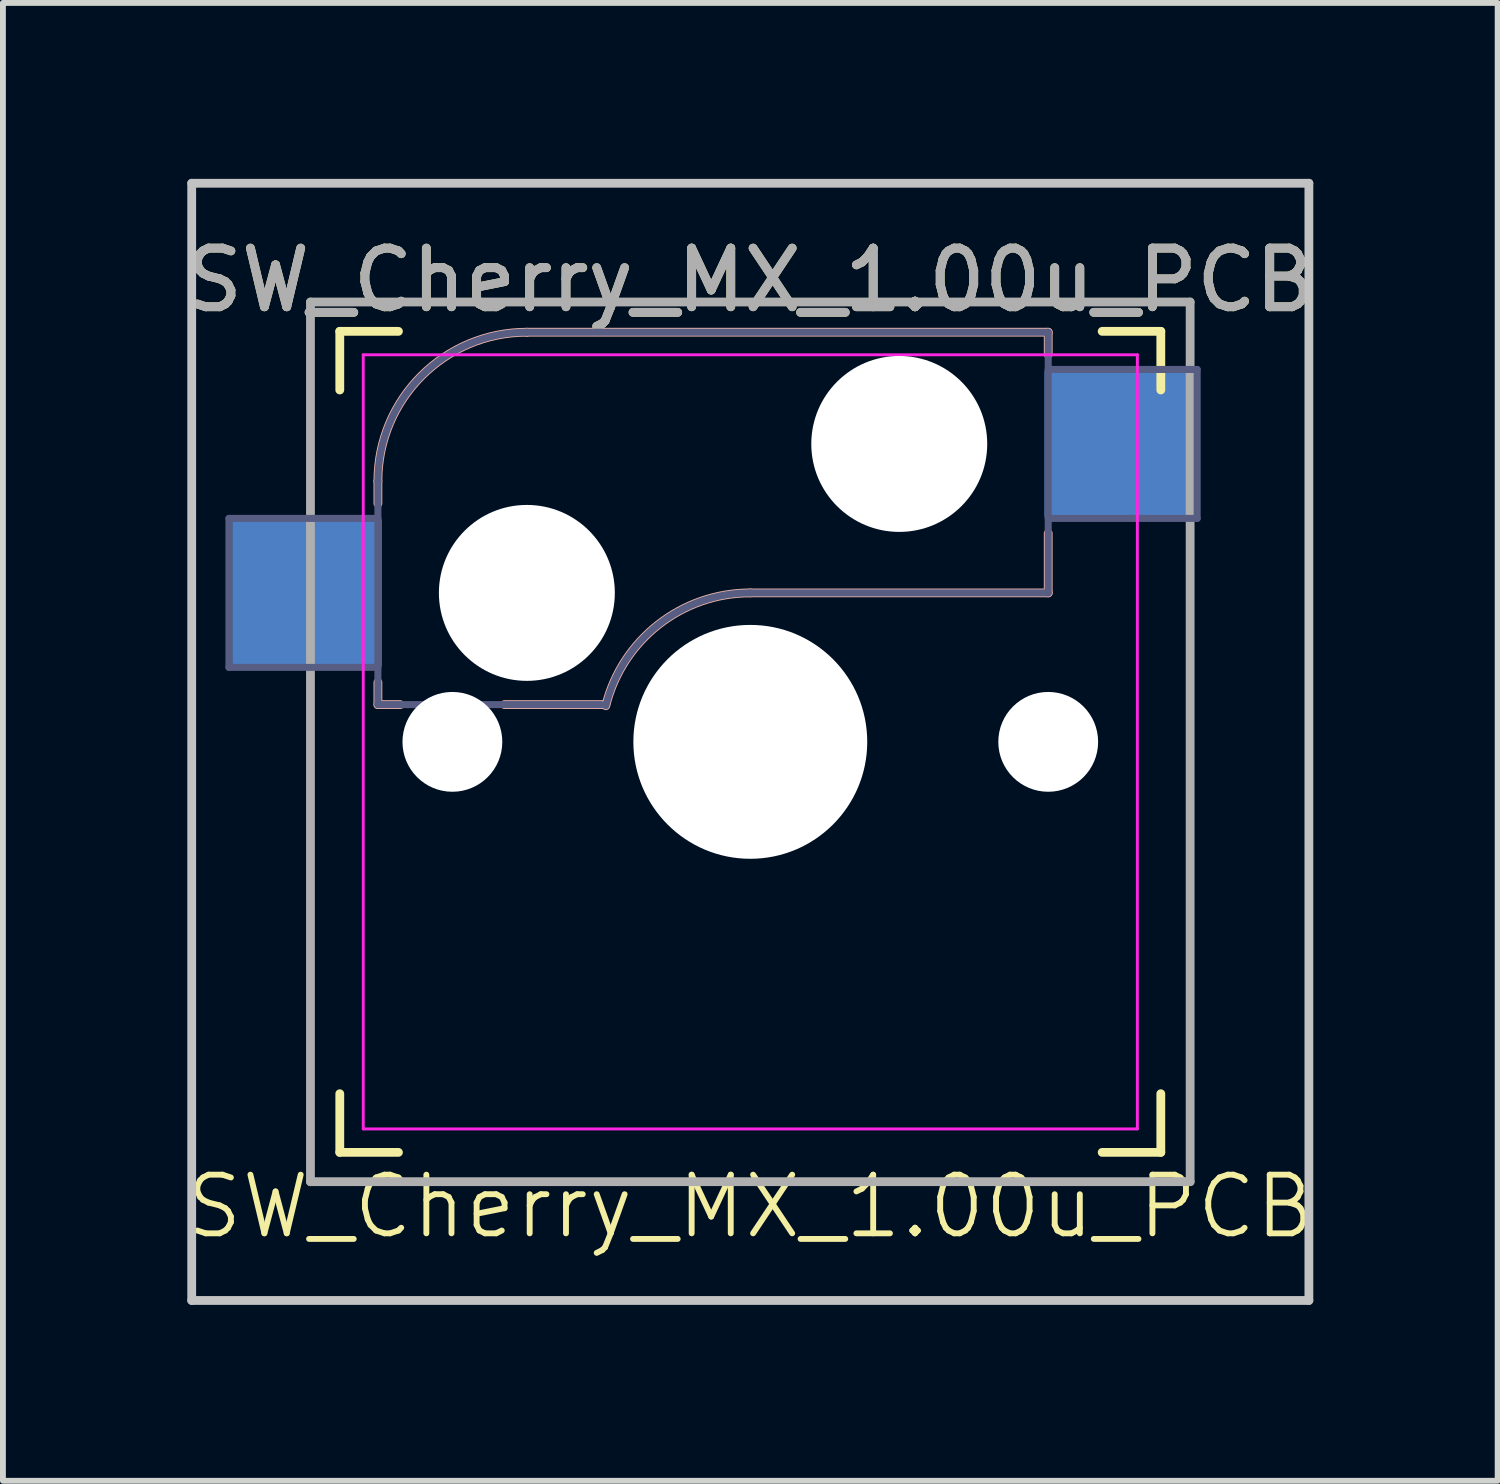
<source format=kicad_pcb>
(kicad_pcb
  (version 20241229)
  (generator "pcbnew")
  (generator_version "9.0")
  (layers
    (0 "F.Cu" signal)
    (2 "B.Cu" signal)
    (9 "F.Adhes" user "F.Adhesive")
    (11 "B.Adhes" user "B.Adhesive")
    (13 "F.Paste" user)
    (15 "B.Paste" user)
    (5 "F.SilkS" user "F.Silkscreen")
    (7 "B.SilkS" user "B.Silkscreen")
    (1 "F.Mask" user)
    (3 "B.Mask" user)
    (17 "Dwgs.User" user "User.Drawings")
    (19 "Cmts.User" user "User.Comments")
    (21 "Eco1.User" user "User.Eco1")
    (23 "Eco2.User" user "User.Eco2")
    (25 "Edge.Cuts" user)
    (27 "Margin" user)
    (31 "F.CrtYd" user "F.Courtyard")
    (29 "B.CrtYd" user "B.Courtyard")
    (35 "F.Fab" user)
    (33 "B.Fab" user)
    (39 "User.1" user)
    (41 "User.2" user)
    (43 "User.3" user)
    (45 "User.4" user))
  (footprint "SW_Cherry_MX_1.00u_PCB"
    (layer "F.Cu")
    (at 9.744 9.6)
    (property "Reference" "SW_Cherry_MX_1.00u_PCB" (at 0 -7.874 0) (layer "F.SilkS") (effects (font (size 1 1) (thickness 0.15))))
    (property "Value" "SW_Cherry_MX_1.00u_PCB" (at 0 7.874 0) (layer "F.Fab") (hide yes) (effects (font (size 1 1) (thickness 0.15))))
    (attr through_hole)
    (fp_line (start -7 -6) (end -7 -7) (stroke (width 0.15) (type solid)) (layer "F.SilkS"))
    (fp_line (start -7 7) (end -7 6) (stroke (width 0.15) (type solid)) (layer "F.SilkS"))
    (fp_line (start -7 7) (end -6 7) (stroke (width 0.15) (type solid)) (layer "F.SilkS"))
    (fp_line (start -6 -7) (end -7 -7) (stroke (width 0.15) (type solid)) (layer "F.SilkS"))
    (fp_line (start 6 7) (end 7 7) (stroke (width 0.15) (type solid)) (layer "F.SilkS"))
    (fp_line (start 7 -7) (end 6 -7) (stroke (width 0.15) (type solid)) (layer "F.SilkS"))
    (fp_line (start 7 -7) (end 7 -6) (stroke (width 0.15) (type solid)) (layer "F.SilkS"))
    (fp_line (start 7 6) (end 7 7) (stroke (width 0.15) (type solid)) (layer "F.SilkS"))
    (fp_line (start -6.35 -4.445) (end -6.35 -4.064) (stroke (width 0.15) (type solid)) (layer "B.SilkS"))
    (fp_line (start -6.35 -1.016) (end -6.35 -0.635) (stroke (width 0.15) (type solid)) (layer "B.SilkS"))
    (fp_line (start -5.969 -0.635) (end -6.35 -0.635) (stroke (width 0.15) (type solid)) (layer "B.SilkS"))
    (fp_line (start -3.81 -6.985) (end 5.08 -6.985) (stroke (width 0.15) (type solid)) (layer "B.SilkS"))
    (fp_line (start -2.464 -0.635) (end -4.191 -0.635) (stroke (width 0.15) (type solid)) (layer "B.SilkS"))
    (fp_line (start 5.08 -6.985) (end 5.08 -6.604) (stroke (width 0.15) (type solid)) (layer "B.SilkS"))
    (fp_line (start 5.08 -3.556) (end 5.08 -2.54) (stroke (width 0.15) (type solid)) (layer "B.SilkS"))
    (fp_line (start 5.08 -2.54) (end 0 -2.54) (stroke (width 0.15) (type solid)) (layer "B.SilkS"))
    (fp_arc (start -6.35 -4.444999) (mid -5.606051 -6.24105) (end -3.81 -6.984999) (stroke (width 0.15) (type solid)) (layer "B.SilkS"))
    (fp_arc (start -2.464162 -0.616039) (mid -1.563147 -2.002041) (end 0 -2.539999) (stroke (width 0.15) (type solid)) (layer "B.SilkS"))
    (fp_line (start -9.525 -9.525) (end 9.525 -9.525) (stroke (width 0.15) (type solid)) (layer "Dwgs.User"))
    (fp_line (start -9.525 9.525) (end -9.525 -9.525) (stroke (width 0.15) (type solid)) (layer "Dwgs.User"))
    (fp_line (start 9.525 -9.525) (end 9.525 9.525) (stroke (width 0.15) (type solid)) (layer "Dwgs.User"))
    (fp_line (start 9.525 9.525) (end -9.525 9.525) (stroke (width 0.15) (type solid)) (layer "Dwgs.User"))
    (fp_line (start -6.9 6.9) (end -6.9 -6.9) (stroke (width 0.15) (type solid)) (layer "Eco2.User"))
    (fp_line (start -6.9 6.9) (end 6.9 6.9) (stroke (width 0.15) (type solid)) (layer "Eco2.User"))
    (fp_line (start 6.9 -6.9) (end -6.9 -6.9) (stroke (width 0.15) (type solid)) (layer "Eco2.User"))
    (fp_line (start 6.9 -6.9) (end 6.9 6.9) (stroke (width 0.15) (type solid)) (layer "Eco2.User"))
    (fp_line (start -6.6 -6.6) (end 6.6 -6.6) (stroke (width 0.05) (type solid)) (layer "F.CrtYd"))
    (fp_line (start -6.6 6.6) (end -6.6 -6.6) (stroke (width 0.05) (type solid)) (layer "F.CrtYd"))
    (fp_line (start 6.6 -6.6) (end 6.6 6.6) (stroke (width 0.05) (type solid)) (layer "F.CrtYd"))
    (fp_line (start 6.6 6.6) (end -6.6 6.6) (stroke (width 0.05) (type solid)) (layer "F.CrtYd"))
    (fp_line (start -8.89 -3.81) (end -6.35 -3.81) (stroke (width 0.12) (type solid)) (layer "B.Fab"))
    (fp_line (start -8.89 -1.27) (end -8.89 -3.81) (stroke (width 0.12) (type solid)) (layer "B.Fab"))
    (fp_line (start -6.35 -1.27) (end -8.89 -1.27) (stroke (width 0.12) (type solid)) (layer "B.Fab"))
    (fp_line (start -6.35 -0.635) (end -6.35 -4.445) (stroke (width 0.12) (type solid)) (layer "B.Fab"))
    (fp_line (start -6.35 -0.635) (end -2.54 -0.635) (stroke (width 0.12) (type solid)) (layer "B.Fab"))
    (fp_line (start -3.81 -6.985) (end 5.08 -6.985) (stroke (width 0.12) (type solid)) (layer "B.Fab"))
    (fp_line (start 5.08 -6.985) (end 5.08 -2.54) (stroke (width 0.12) (type solid)) (layer "B.Fab"))
    (fp_line (start 5.08 -6.35) (end 7.62 -6.35) (stroke (width 0.12) (type solid)) (layer "B.Fab"))
    (fp_line (start 5.08 -2.54) (end 0 -2.54) (stroke (width 0.12) (type solid)) (layer "B.Fab"))
    (fp_line (start 7.62 -6.35) (end 7.62 -3.81) (stroke (width 0.12) (type solid)) (layer "B.Fab"))
    (fp_line (start 7.62 -3.81) (end 5.08 -3.81) (stroke (width 0.12) (type solid)) (layer "B.Fab"))
    (fp_arc (start -6.35 -4.444999) (mid -5.606051 -6.24105) (end -3.81 -6.984999) (stroke (width 0.12) (type solid)) (layer "B.Fab"))
    (fp_arc (start -2.464162 -0.616039) (mid -1.563147 -2.002041) (end 0 -2.539999) (stroke (width 0.12) (type solid)) (layer "B.Fab"))
    (fp_line (start -7.5 -7.5) (end 7.5 -7.5) (stroke (width 0.15) (type solid)) (layer "F.Fab"))
    (fp_line (start -7.5 7.5) (end -7.5 -7.5) (stroke (width 0.15) (type solid)) (layer "F.Fab"))
    (fp_line (start 7.5 -7.5) (end 7.5 7.5) (stroke (width 0.15) (type solid)) (layer "F.Fab"))
    (fp_line (start 7.5 7.5) (end -7.5 7.5) (stroke (width 0.15) (type solid)) (layer "F.Fab"))
    (fp_text user "${VALUE}" (at 0 8.508 0) (unlocked yes) (layer "F.SilkS") (effects (font (size 1 1) (thickness 0.1)) (justify bottom)))
    (fp_text user "${REFERENCE}" (at 0 -7.874 0) (layer "F.Fab") (effects (font (size 1 1) (thickness 0.15))))
    (pad "" np_thru_hole circle (at -5.08 0.000001) (size 1.702 1.702) (drill 1.702) (layers "*.Cu" "*.Mask"))
    (pad "" np_thru_hole circle (at -3.81 -2.54) (size 3 3) (drill 3) (layers "*.Cu" "*.Mask"))
    (pad "" np_thru_hole circle (at 0 0.000001) (size 3.988 3.988) (drill 3.988) (layers "*.Cu" "*.Mask"))
    (pad "" np_thru_hole circle (at 2.54 -5.08) (size 3 3) (drill 3) (layers "*.Cu" "*.Mask"))
    (pad "" np_thru_hole circle (at 5.08 0.000001) (size 1.702 1.702) (drill 1.702) (layers "*.Cu" "*.Mask"))
    (pad "1" smd rect (at 6.29 -5.08) (size 2.55 2.5) (layers "B.Cu" "B.Mask" "B.Paste"))
    (pad "2" smd rect (at -7.56 -2.54) (size 2.55 2.5) (layers "B.Cu" "B.Mask" "B.Paste")))
  (gr_rect
    (start -3 -3)
    (end 22.488 22.2)
    (stroke (width 0.1) (type default))
    (fill no)
    (layer "Edge.Cuts")))
</source>
